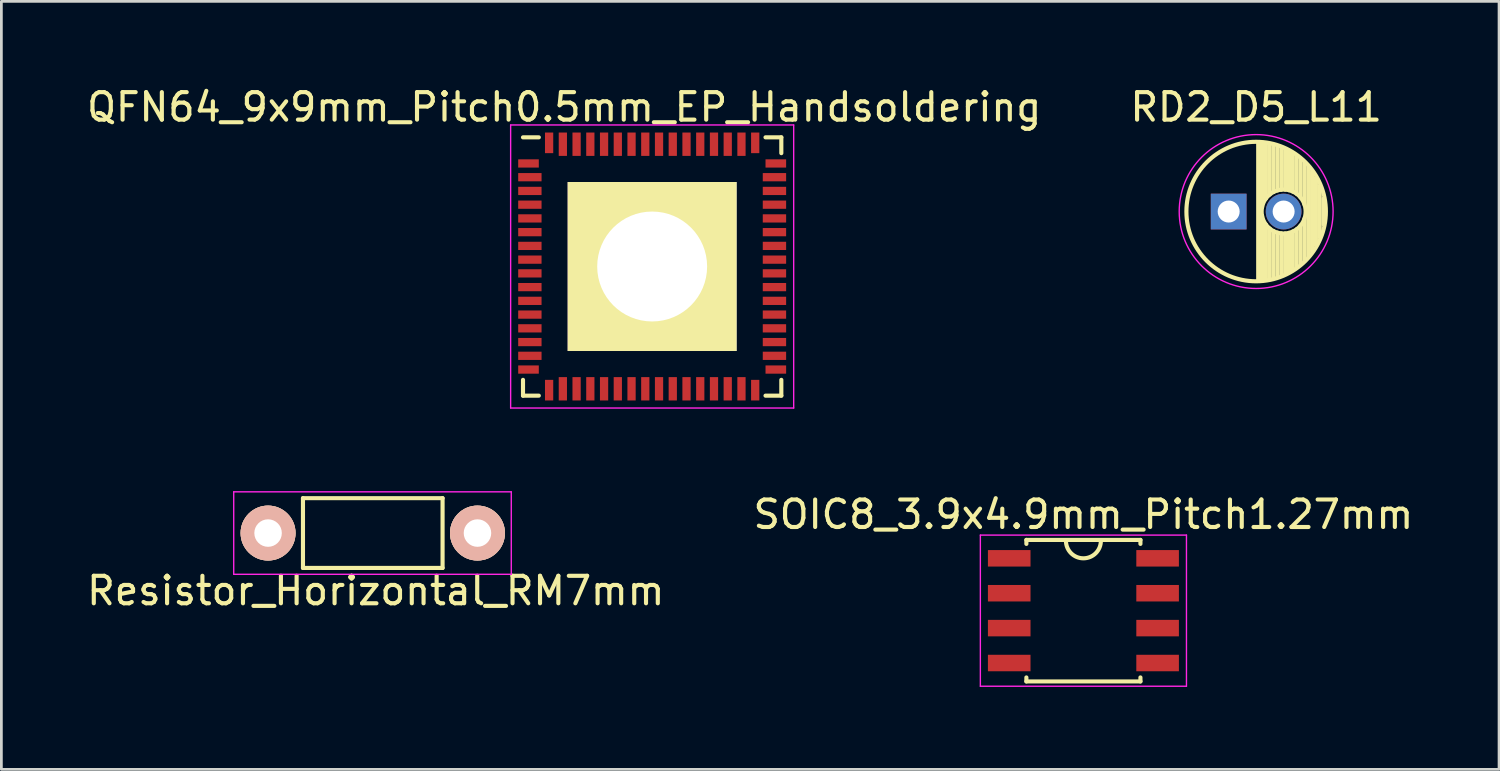
<source format=kicad_pcb>
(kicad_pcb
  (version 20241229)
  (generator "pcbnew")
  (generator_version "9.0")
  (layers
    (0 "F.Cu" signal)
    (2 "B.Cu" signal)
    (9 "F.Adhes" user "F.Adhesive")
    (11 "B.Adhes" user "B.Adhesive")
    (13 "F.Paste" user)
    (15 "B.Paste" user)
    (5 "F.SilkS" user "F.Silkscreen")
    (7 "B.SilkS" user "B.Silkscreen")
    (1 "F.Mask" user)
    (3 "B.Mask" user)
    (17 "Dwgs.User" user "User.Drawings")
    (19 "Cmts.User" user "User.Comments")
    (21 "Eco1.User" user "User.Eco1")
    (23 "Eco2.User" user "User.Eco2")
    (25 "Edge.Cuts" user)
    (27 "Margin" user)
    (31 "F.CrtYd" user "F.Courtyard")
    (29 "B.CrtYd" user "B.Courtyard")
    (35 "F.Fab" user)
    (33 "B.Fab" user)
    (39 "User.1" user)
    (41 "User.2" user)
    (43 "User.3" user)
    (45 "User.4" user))
  (footprint "SOIC8_3.9x4.9mm_Pitch1.27mm"
    (layer "F.Cu")
    (at 36.375 19.172)
    (property "Reference" "SOIC8_3.9x4.9mm_Pitch1.27mm" (at 0 -3.5 0) (layer "F.SilkS") (effects (font (size 1 1) (thickness 0.15))))
    (attr smd)
    (fp_line (start -2.075 -2.575) (end -2.075 -2.43) (stroke (width 0.15) (type solid)) (layer "F.SilkS"))
    (fp_line (start -2.075 -2.575) (end 2.075 -2.575) (stroke (width 0.15) (type solid)) (layer "F.SilkS"))
    (fp_line (start -2.075 2.575) (end -2.075 2.43) (stroke (width 0.15) (type solid)) (layer "F.SilkS"))
    (fp_line (start -2.075 2.575) (end 2.075 2.575) (stroke (width 0.15) (type solid)) (layer "F.SilkS"))
    (fp_line (start 2.075 -2.575) (end 2.075 -2.43) (stroke (width 0.15) (type solid)) (layer "F.SilkS"))
    (fp_line (start 2.075 2.575) (end 2.075 2.43) (stroke (width 0.15) (type solid)) (layer "F.SilkS"))
    (fp_arc (start 0.635 -2.54) (mid 0 -1.905) (end -0.635 -2.54) (stroke (width 0.15) (type solid)) (layer "F.SilkS"))
    (fp_line (start -3.75 -2.75) (end -3.75 2.75) (stroke (width 0.05) (type solid)) (layer "F.CrtYd"))
    (fp_line (start -3.75 -2.75) (end 3.75 -2.75) (stroke (width 0.05) (type solid)) (layer "F.CrtYd"))
    (fp_line (start -3.75 2.75) (end 3.75 2.75) (stroke (width 0.05) (type solid)) (layer "F.CrtYd"))
    (fp_line (start 3.75 -2.75) (end 3.75 2.75) (stroke (width 0.05) (type solid)) (layer "F.CrtYd"))
    (pad "1" smd rect (at -2.7 -1.905) (size 1.55 0.6) (layers "F.Cu" "F.Mask" "F.Paste"))
    (pad "2" smd rect (at -2.7 -0.635) (size 1.55 0.6) (layers "F.Cu" "F.Mask" "F.Paste"))
    (pad "3" smd rect (at -2.7 0.635) (size 1.55 0.6) (layers "F.Cu" "F.Mask" "F.Paste"))
    (pad "4" smd rect (at -2.7 1.905) (size 1.55 0.6) (layers "F.Cu" "F.Mask" "F.Paste"))
    (pad "5" smd rect (at 2.7 1.905) (size 1.55 0.6) (layers "F.Cu" "F.Mask" "F.Paste"))
    (pad "6" smd rect (at 2.7 0.635) (size 1.55 0.6) (layers "F.Cu" "F.Mask" "F.Paste"))
    (pad "7" smd rect (at 2.7 -0.635) (size 1.55 0.6) (layers "F.Cu" "F.Mask" "F.Paste"))
    (pad "8" smd rect (at 2.7 -1.905) (size 1.55 0.6) (layers "F.Cu" "F.Mask" "F.Paste")))
  (footprint "QFN64_9x9mm_Pitch0.5mm_EP_Handsoldering"
    (layer "F.Cu")
    (at 20.682 6.648)
    (property "Reference" "QFN64_9x9mm_Pitch0.5mm_EP_Handsoldering" (at -3.2 -5.8 0) (layer "F.SilkS") (effects (font (size 1 1) (thickness 0.15))))
    (attr smd)
    (fp_line (start -4.7 -4.7) (end -4.125 -4.7) (stroke (width 0.15) (type solid)) (layer "F.SilkS"))
    (fp_line (start -4.7 4.7) (end -4.7 4.125) (stroke (width 0.15) (type solid)) (layer "F.SilkS"))
    (fp_line (start -4.7 4.7) (end -4.125 4.7) (stroke (width 0.15) (type solid)) (layer "F.SilkS"))
    (fp_line (start 4.7 -4.7) (end 4.125 -4.7) (stroke (width 0.15) (type solid)) (layer "F.SilkS"))
    (fp_line (start 4.7 -4.7) (end 4.7 -4.125) (stroke (width 0.15) (type solid)) (layer "F.SilkS"))
    (fp_line (start 4.7 4.7) (end 4.125 4.7) (stroke (width 0.15) (type solid)) (layer "F.SilkS"))
    (fp_line (start 4.7 4.7) (end 4.7 4.125) (stroke (width 0.15) (type solid)) (layer "F.SilkS"))
    (fp_line (start -5.15 -5.15) (end -5.15 5.15) (stroke (width 0.05) (type solid)) (layer "F.CrtYd"))
    (fp_line (start -5.15 -5.15) (end 5.15 -5.15) (stroke (width 0.05) (type solid)) (layer "F.CrtYd"))
    (fp_line (start -5.15 5.15) (end 5.15 5.15) (stroke (width 0.05) (type solid)) (layer "F.CrtYd"))
    (fp_line (start 5.15 -5.15) (end 5.15 5.15) (stroke (width 0.05) (type solid)) (layer "F.CrtYd"))
    (pad "1" smd rect (at -4.5 -3.75) (size 0.75 0.3) (layers "F.Cu" "F.Mask" "F.Paste"))
    (pad "2" smd rect (at -4.45 -3.25) (size 0.85 0.3) (layers "F.Cu" "F.Mask" "F.Paste"))
    (pad "3" smd rect (at -4.45 -2.75) (size 0.85 0.3) (layers "F.Cu" "F.Mask" "F.Paste"))
    (pad "4" smd rect (at -4.45 -2.25) (size 0.85 0.3) (layers "F.Cu" "F.Mask" "F.Paste"))
    (pad "5" smd rect (at -4.45 -1.75) (size 0.85 0.3) (layers "F.Cu" "F.Mask" "F.Paste"))
    (pad "6" smd rect (at -4.45 -1.25) (size 0.85 0.3) (layers "F.Cu" "F.Mask" "F.Paste"))
    (pad "7" smd rect (at -4.45 -0.75) (size 0.85 0.3) (layers "F.Cu" "F.Mask" "F.Paste"))
    (pad "8" smd rect (at -4.45 -0.25) (size 0.85 0.3) (layers "F.Cu" "F.Mask" "F.Paste"))
    (pad "9" smd rect (at -4.45 0.25) (size 0.85 0.3) (layers "F.Cu" "F.Mask" "F.Paste"))
    (pad "10" smd rect (at -4.45 0.75) (size 0.85 0.3) (layers "F.Cu" "F.Mask" "F.Paste"))
    (pad "11" smd rect (at -4.45 1.25) (size 0.85 0.3) (layers "F.Cu" "F.Mask" "F.Paste"))
    (pad "12" smd rect (at -4.45 1.75) (size 0.85 0.3) (layers "F.Cu" "F.Mask" "F.Paste"))
    (pad "13" smd rect (at -4.45 2.25) (size 0.85 0.3) (layers "F.Cu" "F.Mask" "F.Paste"))
    (pad "14" smd rect (at -4.45 2.75) (size 0.85 0.3) (layers "F.Cu" "F.Mask" "F.Paste"))
    (pad "15" smd rect (at -4.45 3.25) (size 0.85 0.3) (layers "F.Cu" "F.Mask" "F.Paste"))
    (pad "16" smd rect (at -4.5 3.75) (size 0.75 0.3) (layers "F.Cu" "F.Mask" "F.Paste"))
    (pad "17" smd rect (at -3.75 4.5 90) (size 0.75 0.3) (layers "F.Cu" "F.Mask" "F.Paste"))
    (pad "18" smd rect (at -3.25 4.45 90) (size 0.85 0.3) (layers "F.Cu" "F.Mask" "F.Paste"))
    (pad "19" smd rect (at -2.75 4.45 90) (size 0.85 0.3) (layers "F.Cu" "F.Mask" "F.Paste"))
    (pad "20" smd rect (at -2.25 4.45 90) (size 0.85 0.3) (layers "F.Cu" "F.Mask" "F.Paste"))
    (pad "21" smd rect (at -1.75 4.45 90) (size 0.85 0.3) (layers "F.Cu" "F.Mask" "F.Paste"))
    (pad "22" smd rect (at -1.25 4.45 90) (size 0.85 0.3) (layers "F.Cu" "F.Mask" "F.Paste"))
    (pad "23" smd rect (at -0.75 4.45 90) (size 0.85 0.3) (layers "F.Cu" "F.Mask" "F.Paste"))
    (pad "24" smd rect (at -0.25 4.45 90) (size 0.85 0.3) (layers "F.Cu" "F.Mask" "F.Paste"))
    (pad "25" smd rect (at 0.25 4.45 90) (size 0.85 0.3) (layers "F.Cu" "F.Mask" "F.Paste"))
    (pad "26" smd rect (at 0.75 4.45 90) (size 0.85 0.3) (layers "F.Cu" "F.Mask" "F.Paste"))
    (pad "27" smd rect (at 1.25 4.45 90) (size 0.85 0.3) (layers "F.Cu" "F.Mask" "F.Paste"))
    (pad "28" smd rect (at 1.75 4.45 90) (size 0.85 0.3) (layers "F.Cu" "F.Mask" "F.Paste"))
    (pad "29" smd rect (at 2.25 4.45 90) (size 0.85 0.3) (layers "F.Cu" "F.Mask" "F.Paste"))
    (pad "30" smd rect (at 2.75 4.45 90) (size 0.85 0.3) (layers "F.Cu" "F.Mask" "F.Paste"))
    (pad "31" smd rect (at 3.25 4.45 90) (size 0.85 0.3) (layers "F.Cu" "F.Mask" "F.Paste"))
    (pad "32" smd rect (at 3.75 4.5 90) (size 0.75 0.3) (layers "F.Cu" "F.Mask" "F.Paste"))
    (pad "33" smd rect (at 4.5 3.75) (size 0.75 0.3) (layers "F.Cu" "F.Mask" "F.Paste"))
    (pad "34" smd rect (at 4.45 3.25) (size 0.85 0.3) (layers "F.Cu" "F.Mask" "F.Paste"))
    (pad "35" smd rect (at 4.45 2.75) (size 0.85 0.3) (layers "F.Cu" "F.Mask" "F.Paste"))
    (pad "36" smd rect (at 4.45 2.25) (size 0.85 0.3) (layers "F.Cu" "F.Mask" "F.Paste"))
    (pad "37" smd rect (at 4.45 1.75) (size 0.85 0.3) (layers "F.Cu" "F.Mask" "F.Paste"))
    (pad "38" smd rect (at 4.45 1.25) (size 0.85 0.3) (layers "F.Cu" "F.Mask" "F.Paste"))
    (pad "39" smd rect (at 4.45 0.75) (size 0.85 0.3) (layers "F.Cu" "F.Mask" "F.Paste"))
    (pad "40" smd rect (at 4.45 0.25) (size 0.85 0.3) (layers "F.Cu" "F.Mask" "F.Paste"))
    (pad "41" smd rect (at 4.45 -0.25) (size 0.85 0.3) (layers "F.Cu" "F.Mask" "F.Paste"))
    (pad "42" smd rect (at 4.45 -0.75) (size 0.85 0.3) (layers "F.Cu" "F.Mask" "F.Paste"))
    (pad "43" smd rect (at 4.45 -1.25) (size 0.85 0.3) (layers "F.Cu" "F.Mask" "F.Paste"))
    (pad "44" smd rect (at 4.45 -1.75) (size 0.85 0.3) (layers "F.Cu" "F.Mask" "F.Paste"))
    (pad "45" smd rect (at 4.45 -2.25) (size 0.85 0.3) (layers "F.Cu" "F.Mask" "F.Paste"))
    (pad "46" smd rect (at 4.45 -2.75) (size 0.85 0.3) (layers "F.Cu" "F.Mask" "F.Paste"))
    (pad "47" smd rect (at 4.45 -3.25) (size 0.85 0.3) (layers "F.Cu" "F.Mask" "F.Paste"))
    (pad "48" smd rect (at 4.5 -3.75) (size 0.75 0.3) (layers "F.Cu" "F.Mask" "F.Paste"))
    (pad "49" smd rect (at 3.75 -4.5 90) (size 0.75 0.3) (layers "F.Cu" "F.Mask" "F.Paste"))
    (pad "50" smd rect (at 3.25 -4.45 90) (size 0.85 0.3) (layers "F.Cu" "F.Mask" "F.Paste"))
    (pad "51" smd rect (at 2.75 -4.45 90) (size 0.85 0.3) (layers "F.Cu" "F.Mask" "F.Paste"))
    (pad "52" smd rect (at 2.25 -4.45 90) (size 0.85 0.3) (layers "F.Cu" "F.Mask" "F.Paste"))
    (pad "53" smd rect (at 1.75 -4.45 90) (size 0.85 0.3) (layers "F.Cu" "F.Mask" "F.Paste"))
    (pad "54" smd rect (at 1.25 -4.45 90) (size 0.85 0.3) (layers "F.Cu" "F.Mask" "F.Paste"))
    (pad "55" smd rect (at 0.75 -4.45 90) (size 0.85 0.3) (layers "F.Cu" "F.Mask" "F.Paste"))
    (pad "56" smd rect (at 0.25 -4.45 90) (size 0.85 0.3) (layers "F.Cu" "F.Mask" "F.Paste"))
    (pad "57" smd rect (at -0.25 -4.45 90) (size 0.85 0.3) (layers "F.Cu" "F.Mask" "F.Paste"))
    (pad "58" smd rect (at -0.75 -4.45 90) (size 0.85 0.3) (layers "F.Cu" "F.Mask" "F.Paste"))
    (pad "59" smd rect (at -1.25 -4.45 90) (size 0.85 0.3) (layers "F.Cu" "F.Mask" "F.Paste"))
    (pad "60" smd rect (at -1.75 -4.45 90) (size 0.85 0.3) (layers "F.Cu" "F.Mask" "F.Paste"))
    (pad "61" smd rect (at -2.25 -4.45 90) (size 0.85 0.3) (layers "F.Cu" "F.Mask" "F.Paste"))
    (pad "62" smd rect (at -2.75 -4.45 90) (size 0.85 0.3) (layers "F.Cu" "F.Mask" "F.Paste"))
    (pad "63" smd rect (at -3.25 -4.45 90) (size 0.85 0.3) (layers "F.Cu" "F.Mask" "F.Paste"))
    (pad "64" smd rect (at -3.75 -4.5 90) (size 0.75 0.3) (layers "F.Cu" "F.Mask" "F.Paste"))
    (pad "65" thru_hole rect (at 0 0) (size 6.15 6.15) (drill 4) (layers "*.Cu" "*.Mask" "F.SilkS")))
  (footprint "RD2_D5_L11"
    (layer "F.Cu")
    (at 41.661 4.648)
    (property "Reference" "RD2_D5_L11" (at 1 -3.8 0) (layer "F.SilkS") (effects (font (size 1 1) (thickness 0.15))))
    (attr through_hole)
    (fp_line (start 1.075 -2.499) (end 1.075 2.499) (stroke (width 0.15) (type solid)) (layer "F.SilkS"))
    (fp_line (start 1.215 -2.491) (end 1.215 -0.154) (stroke (width 0.15) (type solid)) (layer "F.SilkS"))
    (fp_line (start 1.215 0.154) (end 1.215 2.491) (stroke (width 0.15) (type solid)) (layer "F.SilkS"))
    (fp_line (start 1.355 -2.475) (end 1.355 -0.473) (stroke (width 0.15) (type solid)) (layer "F.SilkS"))
    (fp_line (start 1.355 0.473) (end 1.355 2.475) (stroke (width 0.15) (type solid)) (layer "F.SilkS"))
    (fp_line (start 1.495 -2.451) (end 1.495 -0.62) (stroke (width 0.15) (type solid)) (layer "F.SilkS"))
    (fp_line (start 1.495 0.62) (end 1.495 2.451) (stroke (width 0.15) (type solid)) (layer "F.SilkS"))
    (fp_line (start 1.635 -2.418) (end 1.635 -0.712) (stroke (width 0.15) (type solid)) (layer "F.SilkS"))
    (fp_line (start 1.635 0.712) (end 1.635 2.418) (stroke (width 0.15) (type solid)) (layer "F.SilkS"))
    (fp_line (start 1.775 -2.377) (end 1.775 -0.768) (stroke (width 0.15) (type solid)) (layer "F.SilkS"))
    (fp_line (start 1.775 0.768) (end 1.775 2.377) (stroke (width 0.15) (type solid)) (layer "F.SilkS"))
    (fp_line (start 1.915 -2.327) (end 1.915 -0.795) (stroke (width 0.15) (type solid)) (layer "F.SilkS"))
    (fp_line (start 1.915 0.795) (end 1.915 2.327) (stroke (width 0.15) (type solid)) (layer "F.SilkS"))
    (fp_line (start 2.055 -2.266) (end 2.055 -0.798) (stroke (width 0.15) (type solid)) (layer "F.SilkS"))
    (fp_line (start 2.055 0.798) (end 2.055 2.266) (stroke (width 0.15) (type solid)) (layer "F.SilkS"))
    (fp_line (start 2.195 -2.196) (end 2.195 -0.776) (stroke (width 0.15) (type solid)) (layer "F.SilkS"))
    (fp_line (start 2.195 0.776) (end 2.195 2.196) (stroke (width 0.15) (type solid)) (layer "F.SilkS"))
    (fp_line (start 2.335 -2.114) (end 2.335 -0.726) (stroke (width 0.15) (type solid)) (layer "F.SilkS"))
    (fp_line (start 2.335 0.726) (end 2.335 2.114) (stroke (width 0.15) (type solid)) (layer "F.SilkS"))
    (fp_line (start 2.475 -2.019) (end 2.475 -0.644) (stroke (width 0.15) (type solid)) (layer "F.SilkS"))
    (fp_line (start 2.475 0.644) (end 2.475 2.019) (stroke (width 0.15) (type solid)) (layer "F.SilkS"))
    (fp_line (start 2.615 -1.908) (end 2.615 -0.512) (stroke (width 0.15) (type solid)) (layer "F.SilkS"))
    (fp_line (start 2.615 0.512) (end 2.615 1.908) (stroke (width 0.15) (type solid)) (layer "F.SilkS"))
    (fp_line (start 2.755 -1.78) (end 2.755 -0.265) (stroke (width 0.15) (type solid)) (layer "F.SilkS"))
    (fp_line (start 2.755 0.265) (end 2.755 1.78) (stroke (width 0.15) (type solid)) (layer "F.SilkS"))
    (fp_line (start 2.895 -1.631) (end 2.895 1.631) (stroke (width 0.15) (type solid)) (layer "F.SilkS"))
    (fp_line (start 3.035 -1.452) (end 3.035 1.452) (stroke (width 0.15) (type solid)) (layer "F.SilkS"))
    (fp_line (start 3.175 -1.233) (end 3.175 1.233) (stroke (width 0.15) (type solid)) (layer "F.SilkS"))
    (fp_line (start 3.315 -0.944) (end 3.315 0.944) (stroke (width 0.15) (type solid)) (layer "F.SilkS"))
    (fp_line (start 3.455 -0.472) (end 3.455 0.472) (stroke (width 0.15) (type solid)) (layer "F.SilkS"))
    (fp_circle (center 1 0) (end 1 -2.538) (stroke (width 0.15) (type solid)) (fill no) (layer "F.SilkS"))
    (fp_circle (center 2 0) (end 2 -0.8) (stroke (width 0.15) (type solid)) (fill no) (layer "F.SilkS"))
    (fp_circle (center 1 0) (end 1 -2.8) (stroke (width 0.05) (type solid)) (fill no) (layer "F.CrtYd"))
    (pad "1" thru_hole rect (at 0 0) (size 1.3 1.3) (drill 0.8) (layers "*.Cu" "*.Mask"))
    (pad "2" thru_hole circle (at 2 0) (size 1.3 1.3) (drill 0.8) (layers "*.Cu" "*.Mask")))
  (footprint "Resistor_Horizontal_RM7mm"
    (layer "F.Cu")
    (at 6.705 16.348)
    (property "Reference" "Resistor_Horizontal_RM7mm" (at 3.92 2.1 0) (layer "F.SilkS") (effects (font (size 1 1) (thickness 0.15))))
    (attr through_hole)
    (fp_line (start 1.27 -1.27) (end 6.35 -1.27) (stroke (width 0.15) (type solid)) (layer "F.SilkS"))
    (fp_line (start 1.27 1.27) (end 1.27 -1.27) (stroke (width 0.15) (type solid)) (layer "F.SilkS"))
    (fp_line (start 6.35 -1.27) (end 6.35 1.27) (stroke (width 0.15) (type solid)) (layer "F.SilkS"))
    (fp_line (start 6.35 1.27) (end 1.27 1.27) (stroke (width 0.15) (type solid)) (layer "F.SilkS"))
    (fp_line (start -1.25 -1.5) (end 8.85 -1.5) (stroke (width 0.05) (type solid)) (layer "F.CrtYd"))
    (fp_line (start -1.25 1.5) (end -1.25 -1.5) (stroke (width 0.05) (type solid)) (layer "F.CrtYd"))
    (fp_line (start -1.25 1.5) (end 8.85 1.5) (stroke (width 0.05) (type solid)) (layer "F.CrtYd"))
    (fp_line (start 8.85 -1.5) (end 8.85 1.5) (stroke (width 0.05) (type solid)) (layer "F.CrtYd"))
    (pad "1" thru_hole circle (at 0 0) (size 1.999 1.999) (drill 1.001) (layers "*.Cu" "*.SilkS" "*.Mask"))
    (pad "2" thru_hole circle (at 7.62 0) (size 1.999 1.999) (drill 1.001) (layers "*.Cu" "*.SilkS" "*.Mask")))
  (gr_rect
    (start -3 -3)
    (end 51.5 24.947)
    (stroke (width 0.1) (type default))
    (fill no)
    (layer "Edge.Cuts")))
</source>
